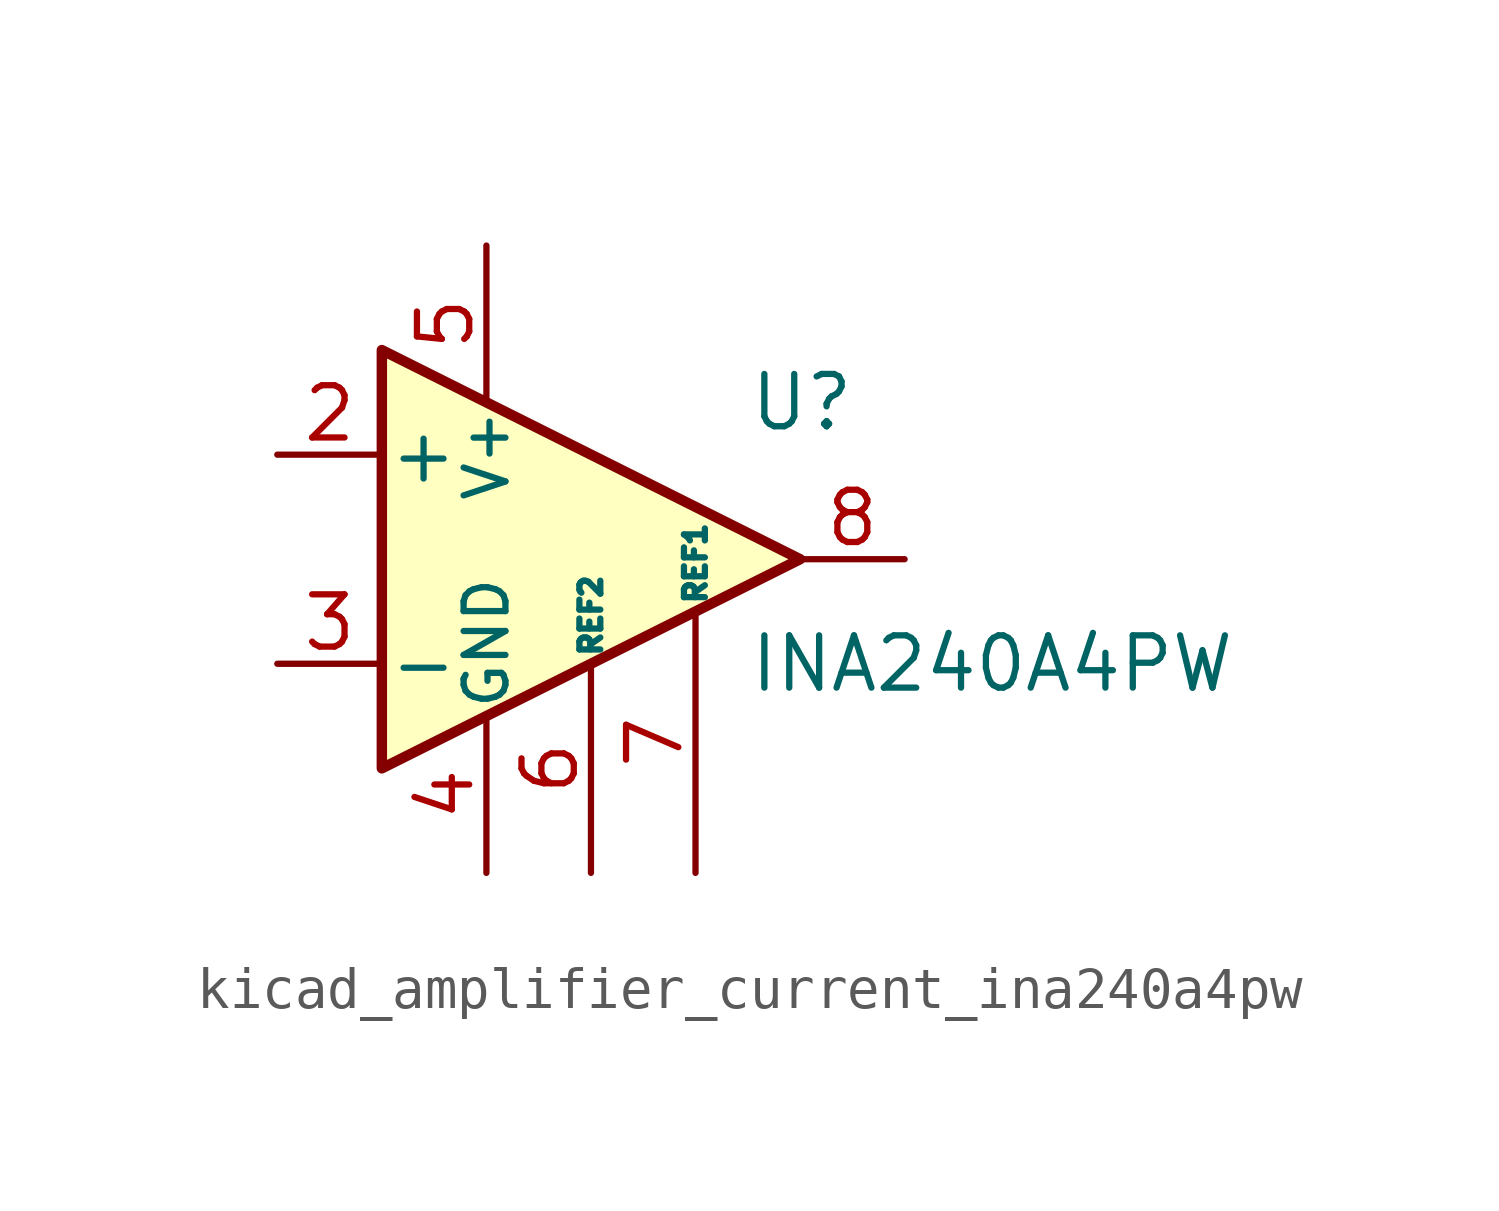
<source format=kicad_sym>
(kicad_symbol_lib
  (version 20220914)
  (generator kicad_symbol_editor)
  (symbol "kicad_amplifier_current_ina240a4pw"
    (pin_names
      (offset 0.127))
    (property "Reference" "U"
      (at 3.81 3.81 0)
      (effects (font (size 1.27 1.27)) (justify left)))
    (property "Value" "INA240A4PW"
      (at 3.81 -2.54 0)
      (effects (font (size 1.27 1.27)) (justify left)))
    (symbol "kicad_amplifier_current_ina240a4pw_0_1"
      (polyline (pts (xy 5.08 0) (xy -5.08 5.08) (xy -5.08 -5.08) (xy 5.08 0)) (stroke (width 0.254) (type default)) (fill (type background))))
    (symbol "kicad_amplifier_current_ina240a4pw_1_1"
      (pin passive line (at -2.54 -7.62 90) (length 3.81) hide (name "GND" (effects (font (size 1.016 1.016)))) (number "1" (effects (font (size 1.27 1.27)))))
      (pin input line (at -7.62 2.54 0) (length 2.54) (name "+" (effects (font (size 1.27 1.27)))) (number "2" (effects (font (size 1.27 1.27)))))
      (pin input line (at -7.62 -2.54 0) (length 2.54) (name "-" (effects (font (size 1.27 1.27)))) (number "3" (effects (font (size 1.27 1.27)))))
      (pin power_in line (at -2.54 -7.62 90) (length 3.81) (name "GND" (effects (font (size 1.016 1.016)))) (number "4" (effects (font (size 1.27 1.27)))))
      (pin power_in line (at -2.54 7.62 270) (length 3.81) (name "V+" (effects (font (size 1.016 1.016)))) (number "5" (effects (font (size 1.27 1.27)))))
      (pin passive line (at 0 -7.62 90) (length 5.08) (name "REF2" (effects (font (size 0.508 0.508)))) (number "6" (effects (font (size 1.27 1.27)))))
      (pin passive line (at 2.54 -7.62 90) (length 6.35) (name "REF1" (effects (font (size 0.508 0.508)))) (number "7" (effects (font (size 1.27 1.27)))))
      (pin output line (at 7.62 0 180) (length 2.54) (name "~" (effects (font (size 1.27 1.27)))) (number "8" (effects (font (size 1.27 1.27))))))))
</source>
